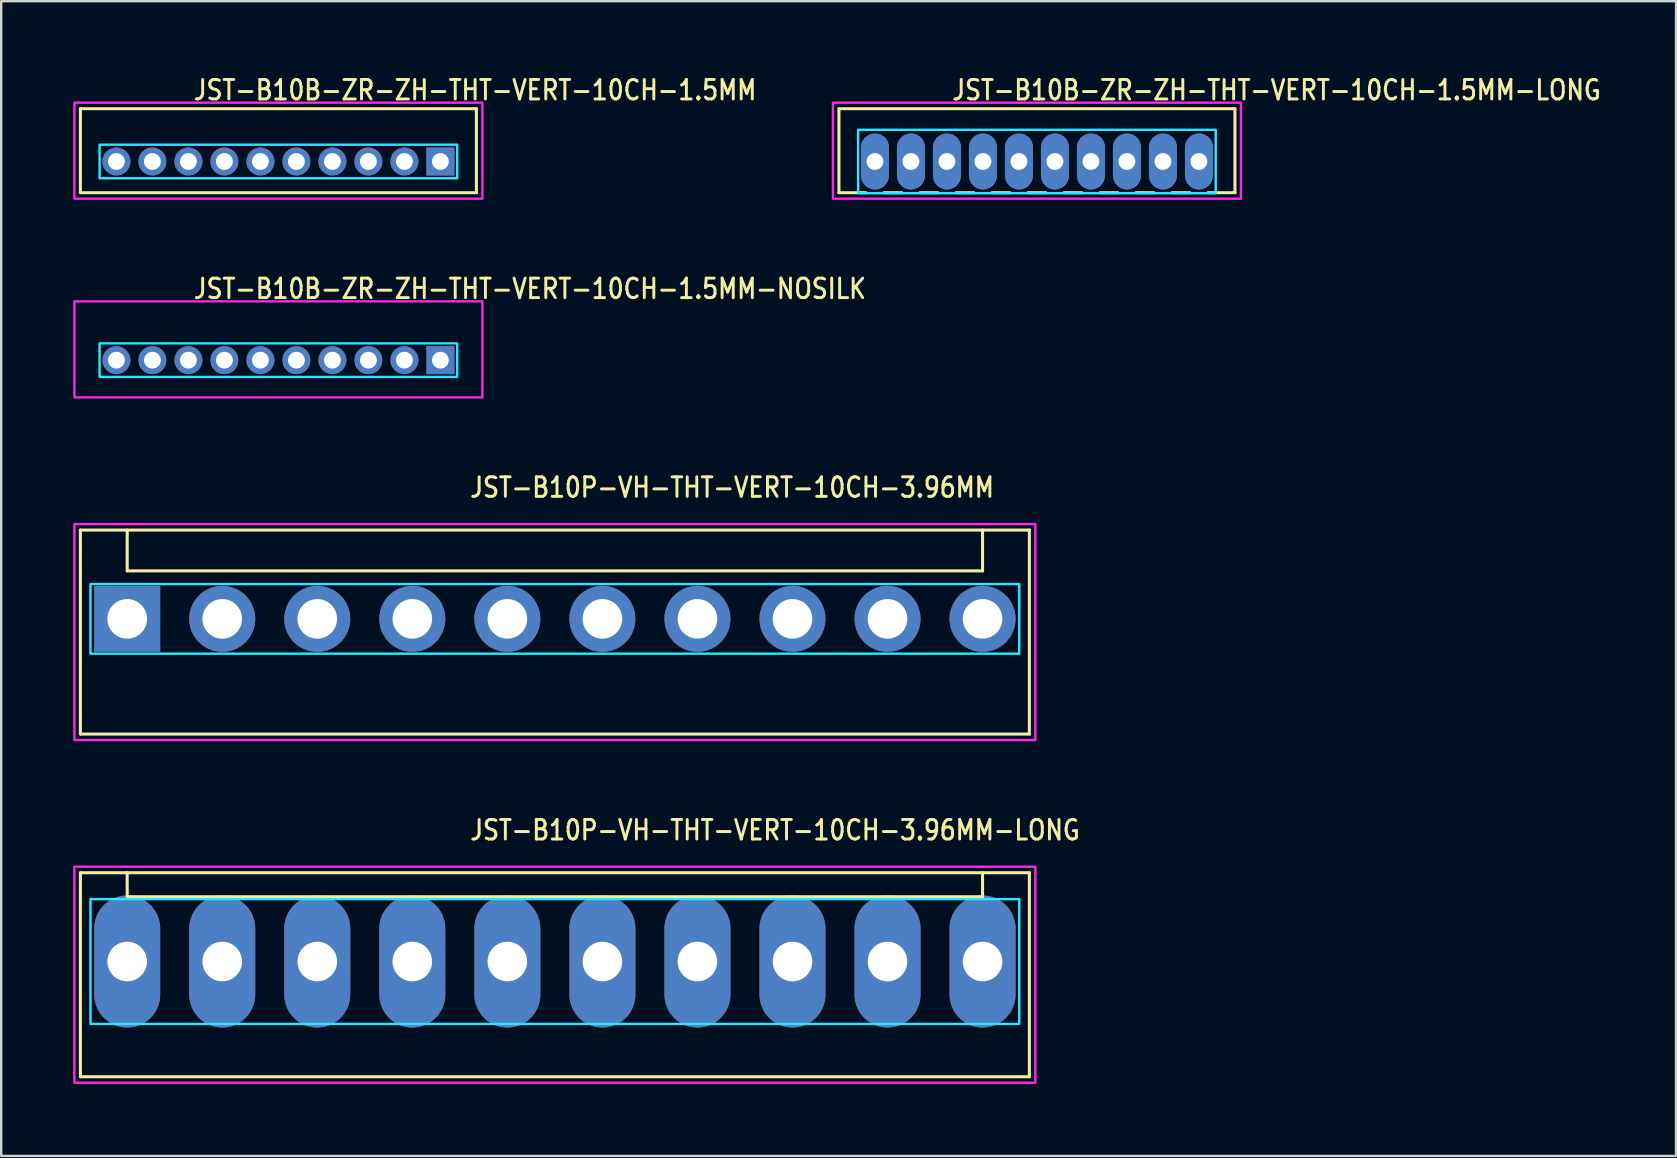
<source format=kicad_pcb>
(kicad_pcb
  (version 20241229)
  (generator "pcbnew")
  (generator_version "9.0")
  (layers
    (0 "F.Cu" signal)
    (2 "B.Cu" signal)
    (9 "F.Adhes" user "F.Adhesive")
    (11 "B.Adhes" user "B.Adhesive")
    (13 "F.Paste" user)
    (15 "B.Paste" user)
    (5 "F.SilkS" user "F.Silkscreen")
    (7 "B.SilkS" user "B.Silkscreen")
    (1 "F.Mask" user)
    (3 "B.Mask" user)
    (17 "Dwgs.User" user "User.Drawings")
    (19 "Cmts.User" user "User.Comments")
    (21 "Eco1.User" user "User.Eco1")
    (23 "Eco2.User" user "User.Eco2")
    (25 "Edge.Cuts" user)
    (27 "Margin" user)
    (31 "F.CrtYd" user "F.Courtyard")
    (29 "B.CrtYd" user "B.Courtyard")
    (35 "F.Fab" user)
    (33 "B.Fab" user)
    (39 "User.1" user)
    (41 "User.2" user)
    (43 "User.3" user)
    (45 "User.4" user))
  (footprint "JST-B10B-ZR-ZH-THT-VERT-10CH-1.5MM-NOSILK"
    (layer "F.Cu")
    (at 8.55 11.957)
    (property "Reference" "JST-B10B-ZR-ZH-THT-VERT-10CH-1.5MM-NOSILK" (at -3.6 -2.5 0) (unlocked yes) (layer "F.SilkS") (effects (font (size 0.813 0.695) (thickness 0.122)) (justify left bottom)))
    (fp_poly (pts (xy -7.45 -0.7) (xy -7.45 0.7) (xy 7.45 0.7) (xy 7.45 -0.7)) (stroke (width 0.1) (type solid)) (fill no) (layer "B.CrtYd"))
    (fp_poly (pts (xy -8.5 -2.45) (xy -8.5 1.55) (xy 8.5 1.55) (xy 8.5 -2.45)) (stroke (width 0.1) (type solid)) (fill no) (layer "F.CrtYd"))
    (pad "1" thru_hole rect (at 6.75 0) (size 1.167 1.167) (drill 0.7) (layers "*.Cu" "*.Mask"))
    (pad "2" thru_hole oval (at 5.25 0) (size 1.167 1.167) (drill 0.7) (layers "*.Cu" "*.Mask"))
    (pad "3" thru_hole oval (at 3.75 0) (size 1.167 1.167) (drill 0.7) (layers "*.Cu" "*.Mask"))
    (pad "4" thru_hole oval (at 2.25 0) (size 1.167 1.167) (drill 0.7) (layers "*.Cu" "*.Mask"))
    (pad "5" thru_hole oval (at 0.75 0) (size 1.167 1.167) (drill 0.7) (layers "*.Cu" "*.Mask"))
    (pad "6" thru_hole oval (at -0.75 0) (size 1.167 1.167) (drill 0.7) (layers "*.Cu" "*.Mask"))
    (pad "7" thru_hole oval (at -2.25 0) (size 1.167 1.167) (drill 0.7) (layers "*.Cu" "*.Mask"))
    (pad "8" thru_hole oval (at -3.75 0) (size 1.167 1.167) (drill 0.7) (layers "*.Cu" "*.Mask"))
    (pad "9" thru_hole oval (at -5.25 0) (size 1.167 1.167) (drill 0.7) (layers "*.Cu" "*.Mask"))
    (pad "10" thru_hole oval (at -6.75 0) (size 1.167 1.167) (drill 0.7) (layers "*.Cu" "*.Mask")))
  (footprint "JST-B10B-ZR-ZH-THT-VERT-10CH-1.5MM"
    (layer "F.Cu")
    (at 8.55 3.679)
    (property "Reference" "JST-B10B-ZR-ZH-THT-VERT-10CH-1.5MM" (at -3.6 -2.5 0) (unlocked yes) (layer "F.SilkS") (effects (font (size 0.813 0.695) (thickness 0.122)) (justify left bottom)))
    (fp_line (start -8.25 -2.2) (end 8.25 -2.2) (stroke (width 0.127) (type solid)) (layer "F.SilkS"))
    (fp_line (start -8.25 1.3) (end -8.25 -2.2) (stroke (width 0.127) (type solid)) (layer "F.SilkS"))
    (fp_line (start -8.25 1.3) (end 8.25 1.3) (stroke (width 0.127) (type solid)) (layer "F.SilkS"))
    (fp_line (start 8.25 -2.2) (end 8.25 1.3) (stroke (width 0.127) (type solid)) (layer "F.SilkS"))
    (fp_poly (pts (xy -7.45 -0.7) (xy -7.45 0.7) (xy 7.45 0.7) (xy 7.45 -0.7)) (stroke (width 0.1) (type solid)) (fill no) (layer "B.CrtYd"))
    (fp_poly (pts (xy -8.5 -2.45) (xy -8.5 1.55) (xy 8.5 1.55) (xy 8.5 -2.45)) (stroke (width 0.1) (type solid)) (fill no) (layer "F.CrtYd"))
    (pad "1" thru_hole rect (at 6.75 0) (size 1.167 1.167) (drill 0.7) (layers "*.Cu" "*.Mask"))
    (pad "2" thru_hole oval (at 5.25 0) (size 1.167 1.167) (drill 0.7) (layers "*.Cu" "*.Mask"))
    (pad "3" thru_hole oval (at 3.75 0) (size 1.167 1.167) (drill 0.7) (layers "*.Cu" "*.Mask"))
    (pad "4" thru_hole oval (at 2.25 0) (size 1.167 1.167) (drill 0.7) (layers "*.Cu" "*.Mask"))
    (pad "5" thru_hole oval (at 0.75 0) (size 1.167 1.167) (drill 0.7) (layers "*.Cu" "*.Mask"))
    (pad "6" thru_hole oval (at -0.75 0) (size 1.167 1.167) (drill 0.7) (layers "*.Cu" "*.Mask"))
    (pad "7" thru_hole oval (at -2.25 0) (size 1.167 1.167) (drill 0.7) (layers "*.Cu" "*.Mask"))
    (pad "8" thru_hole oval (at -3.75 0) (size 1.167 1.167) (drill 0.7) (layers "*.Cu" "*.Mask"))
    (pad "9" thru_hole oval (at -5.25 0) (size 1.167 1.167) (drill 0.7) (layers "*.Cu" "*.Mask"))
    (pad "10" thru_hole oval (at -6.75 0) (size 1.167 1.167) (drill 0.7) (layers "*.Cu" "*.Mask")))
  (footprint "JST-B10B-ZR-ZH-THT-VERT-10CH-1.5MM-LONG"
    (layer "F.Cu")
    (at 40.156 3.679)
    (property "Reference" "JST-B10B-ZR-ZH-THT-VERT-10CH-1.5MM-LONG" (at -3.6 -2.5 0) (unlocked yes) (layer "F.SilkS") (effects (font (size 0.813 0.695) (thickness 0.122)) (justify left bottom)))
    (fp_line (start -8.25 -2.2) (end 8.25 -2.2) (stroke (width 0.127) (type solid)) (layer "F.SilkS"))
    (fp_line (start -8.25 1.3) (end -8.25 -2.2) (stroke (width 0.127) (type solid)) (layer "F.SilkS"))
    (fp_line (start -8.25 1.3) (end -7.125 1.3) (stroke (width 0.127) (type solid)) (layer "F.SilkS"))
    (fp_line (start -6.375 1.3) (end -5.625 1.3) (stroke (width 0.127) (type solid)) (layer "F.SilkS"))
    (fp_line (start -4.875 1.3) (end -4.125 1.3) (stroke (width 0.127) (type solid)) (layer "F.SilkS"))
    (fp_line (start -3.375 1.3) (end -2.625 1.3) (stroke (width 0.127) (type solid)) (layer "F.SilkS"))
    (fp_line (start -1.875 1.3) (end -1.125 1.3) (stroke (width 0.127) (type solid)) (layer "F.SilkS"))
    (fp_line (start -0.375 1.3) (end 0.375 1.3) (stroke (width 0.127) (type solid)) (layer "F.SilkS"))
    (fp_line (start 1.125 1.3) (end 1.875 1.3) (stroke (width 0.127) (type solid)) (layer "F.SilkS"))
    (fp_line (start 2.625 1.3) (end 3.375 1.3) (stroke (width 0.127) (type solid)) (layer "F.SilkS"))
    (fp_line (start 4.125 1.3) (end 4.875 1.3) (stroke (width 0.127) (type solid)) (layer "F.SilkS"))
    (fp_line (start 5.625 1.3) (end 6.375 1.3) (stroke (width 0.127) (type solid)) (layer "F.SilkS"))
    (fp_line (start 7.125 1.3) (end 8.25 1.3) (stroke (width 0.127) (type solid)) (layer "F.SilkS"))
    (fp_line (start 8.25 -2.2) (end 8.25 1.3) (stroke (width 0.127) (type solid)) (layer "F.SilkS"))
    (fp_poly (pts (xy -7.45 -1.32) (xy -7.45 1.32) (xy 7.45 1.32) (xy 7.45 -1.32)) (stroke (width 0.1) (type solid)) (fill no) (layer "B.CrtYd"))
    (fp_poly (pts (xy -8.5 -2.45) (xy -8.5 1.55) (xy 8.5 1.55) (xy 8.5 -2.45)) (stroke (width 0.1) (type solid)) (fill no) (layer "F.CrtYd"))
    (pad "1" thru_hole oval (at 6.75 0 90) (size 2.333 1.167) (drill 0.7) (layers "*.Cu" "*.Mask"))
    (pad "2" thru_hole oval (at 5.25 0 90) (size 2.333 1.167) (drill 0.7) (layers "*.Cu" "*.Mask"))
    (pad "3" thru_hole oval (at 3.75 0 90) (size 2.333 1.167) (drill 0.7) (layers "*.Cu" "*.Mask"))
    (pad "4" thru_hole oval (at 2.25 0 90) (size 2.333 1.167) (drill 0.7) (layers "*.Cu" "*.Mask"))
    (pad "5" thru_hole oval (at 0.75 0 90) (size 2.333 1.167) (drill 0.7) (layers "*.Cu" "*.Mask"))
    (pad "6" thru_hole oval (at -0.75 0 90) (size 2.333 1.167) (drill 0.7) (layers "*.Cu" "*.Mask"))
    (pad "7" thru_hole oval (at -2.25 0 90) (size 2.333 1.167) (drill 0.7) (layers "*.Cu" "*.Mask"))
    (pad "8" thru_hole oval (at -3.75 0 90) (size 2.333 1.167) (drill 0.7) (layers "*.Cu" "*.Mask"))
    (pad "9" thru_hole oval (at -5.25 0 90) (size 2.333 1.167) (drill 0.7) (layers "*.Cu" "*.Mask"))
    (pad "10" thru_hole oval (at -6.75 0 90) (size 2.333 1.167) (drill 0.7) (layers "*.Cu" "*.Mask")))
  (footprint "JST-B10P-VH-THT-VERT-10CH-3.96MM"
    (layer "F.Cu")
    (at 20.07 22.736)
    (property "Reference" "JST-B10P-VH-THT-VERT-10CH-3.96MM" (at -3.6 -5 0) (unlocked yes) (layer "F.SilkS") (effects (font (size 0.813 0.695) (thickness 0.122)) (justify left bottom)))
    (fp_line (start -19.77 -3.7) (end 19.77 -3.7) (stroke (width 0.127) (type solid)) (layer "F.SilkS"))
    (fp_line (start -19.77 4.8) (end -19.77 -3.7) (stroke (width 0.127) (type solid)) (layer "F.SilkS"))
    (fp_line (start -19.77 4.8) (end 19.77 4.8) (stroke (width 0.127) (type solid)) (layer "F.SilkS"))
    (fp_line (start -17.82 -3.7) (end -17.82 -2) (stroke (width 0.127) (type solid)) (layer "F.SilkS"))
    (fp_line (start -17.82 -2) (end 17.82 -2) (stroke (width 0.127) (type solid)) (layer "F.SilkS"))
    (fp_line (start 17.82 -3.7) (end 17.82 -2) (stroke (width 0.127) (type solid)) (layer "F.SilkS"))
    (fp_line (start 19.77 -3.7) (end 19.77 4.8) (stroke (width 0.127) (type solid)) (layer "F.SilkS"))
    (fp_poly (pts (xy -19.35 -1.45) (xy -19.35 1.45) (xy 19.35 1.45) (xy 19.35 -1.45)) (stroke (width 0.1) (type solid)) (fill no) (layer "B.CrtYd"))
    (fp_poly (pts (xy -20.02 -3.95) (xy -20.02 5.05) (xy 20.02 5.05) (xy 20.02 -3.95)) (stroke (width 0.1) (type solid)) (fill no) (layer "F.CrtYd"))
    (pad "1" thru_hole rect (at -17.82 0) (size 2.75 2.75) (drill 1.65) (layers "*.Cu" "*.Mask"))
    (pad "2" thru_hole oval (at -13.86 0) (size 2.75 2.75) (drill 1.65) (layers "*.Cu" "*.Mask"))
    (pad "3" thru_hole oval (at -9.9 0) (size 2.75 2.75) (drill 1.65) (layers "*.Cu" "*.Mask"))
    (pad "4" thru_hole oval (at -5.94 0) (size 2.75 2.75) (drill 1.65) (layers "*.Cu" "*.Mask"))
    (pad "5" thru_hole oval (at -1.98 0) (size 2.75 2.75) (drill 1.65) (layers "*.Cu" "*.Mask"))
    (pad "6" thru_hole oval (at 1.98 0) (size 2.75 2.75) (drill 1.65) (layers "*.Cu" "*.Mask"))
    (pad "7" thru_hole oval (at 5.94 0) (size 2.75 2.75) (drill 1.65) (layers "*.Cu" "*.Mask"))
    (pad "8" thru_hole oval (at 9.9 0) (size 2.75 2.75) (drill 1.65) (layers "*.Cu" "*.Mask"))
    (pad "9" thru_hole oval (at 13.86 0) (size 2.75 2.75) (drill 1.65) (layers "*.Cu" "*.Mask"))
    (pad "10" thru_hole oval (at 17.82 0) (size 2.75 2.75) (drill 1.65) (layers "*.Cu" "*.Mask")))
  (footprint "JST-B10P-VH-THT-VERT-10CH-3.96MM-LONG"
    (layer "F.Cu")
    (at 20.07 37.014)
    (property "Reference" "JST-B10P-VH-THT-VERT-10CH-3.96MM-LONG" (at -3.6 -5 0) (unlocked yes) (layer "F.SilkS") (effects (font (size 0.813 0.695) (thickness 0.122)) (justify left bottom)))
    (fp_line (start -19.77 -3.7) (end 19.77 -3.7) (stroke (width 0.127) (type solid)) (layer "F.SilkS"))
    (fp_line (start -19.77 4.8) (end -19.77 -3.7) (stroke (width 0.127) (type solid)) (layer "F.SilkS"))
    (fp_line (start -19.77 4.8) (end 19.77 4.8) (stroke (width 0.127) (type solid)) (layer "F.SilkS"))
    (fp_line (start -17.82 -3.7) (end -17.82 -2.7) (stroke (width 0.127) (type solid)) (layer "F.SilkS"))
    (fp_line (start -17.82 -2.7) (end 17.82 -2.7) (stroke (width 0.127) (type solid)) (layer "F.SilkS"))
    (fp_line (start 17.82 -3.7) (end 17.82 -2.7) (stroke (width 0.127) (type solid)) (layer "F.SilkS"))
    (fp_line (start 19.77 -3.7) (end 19.77 4.8) (stroke (width 0.127) (type solid)) (layer "F.SilkS"))
    (fp_poly (pts (xy -19.35 -2.6) (xy -19.35 2.6) (xy 19.35 2.6) (xy 19.35 -2.6)) (stroke (width 0.1) (type solid)) (fill no) (layer "B.CrtYd"))
    (fp_poly (pts (xy -20.02 -3.95) (xy -20.02 5.05) (xy 20.02 5.05) (xy 20.02 -3.95)) (stroke (width 0.1) (type solid)) (fill no) (layer "F.CrtYd"))
    (pad "1" thru_hole oval (at -17.82 0 90) (size 5.5 2.75) (drill 1.65) (layers "*.Cu" "*.Mask"))
    (pad "2" thru_hole oval (at -13.86 0 90) (size 5.5 2.75) (drill 1.65) (layers "*.Cu" "*.Mask"))
    (pad "3" thru_hole oval (at -9.9 0 90) (size 5.5 2.75) (drill 1.65) (layers "*.Cu" "*.Mask"))
    (pad "4" thru_hole oval (at -5.94 0 90) (size 5.5 2.75) (drill 1.65) (layers "*.Cu" "*.Mask"))
    (pad "5" thru_hole oval (at -1.98 0 90) (size 5.5 2.75) (drill 1.65) (layers "*.Cu" "*.Mask"))
    (pad "6" thru_hole oval (at 1.98 0 90) (size 5.5 2.75) (drill 1.65) (layers "*.Cu" "*.Mask"))
    (pad "7" thru_hole oval (at 5.94 0 90) (size 5.5 2.75) (drill 1.65) (layers "*.Cu" "*.Mask"))
    (pad "8" thru_hole oval (at 9.9 0 90) (size 5.5 2.75) (drill 1.65) (layers "*.Cu" "*.Mask"))
    (pad "9" thru_hole oval (at 13.86 0 90) (size 5.5 2.75) (drill 1.65) (layers "*.Cu" "*.Mask"))
    (pad "10" thru_hole oval (at 17.82 0 90) (size 5.5 2.75) (drill 1.65) (layers "*.Cu" "*.Mask")))
  (gr_rect
    (start -3 -3)
    (end 66.787 45.114)
    (stroke (width 0.1) (type default))
    (fill no)
    (layer "Edge.Cuts")))
</source>
